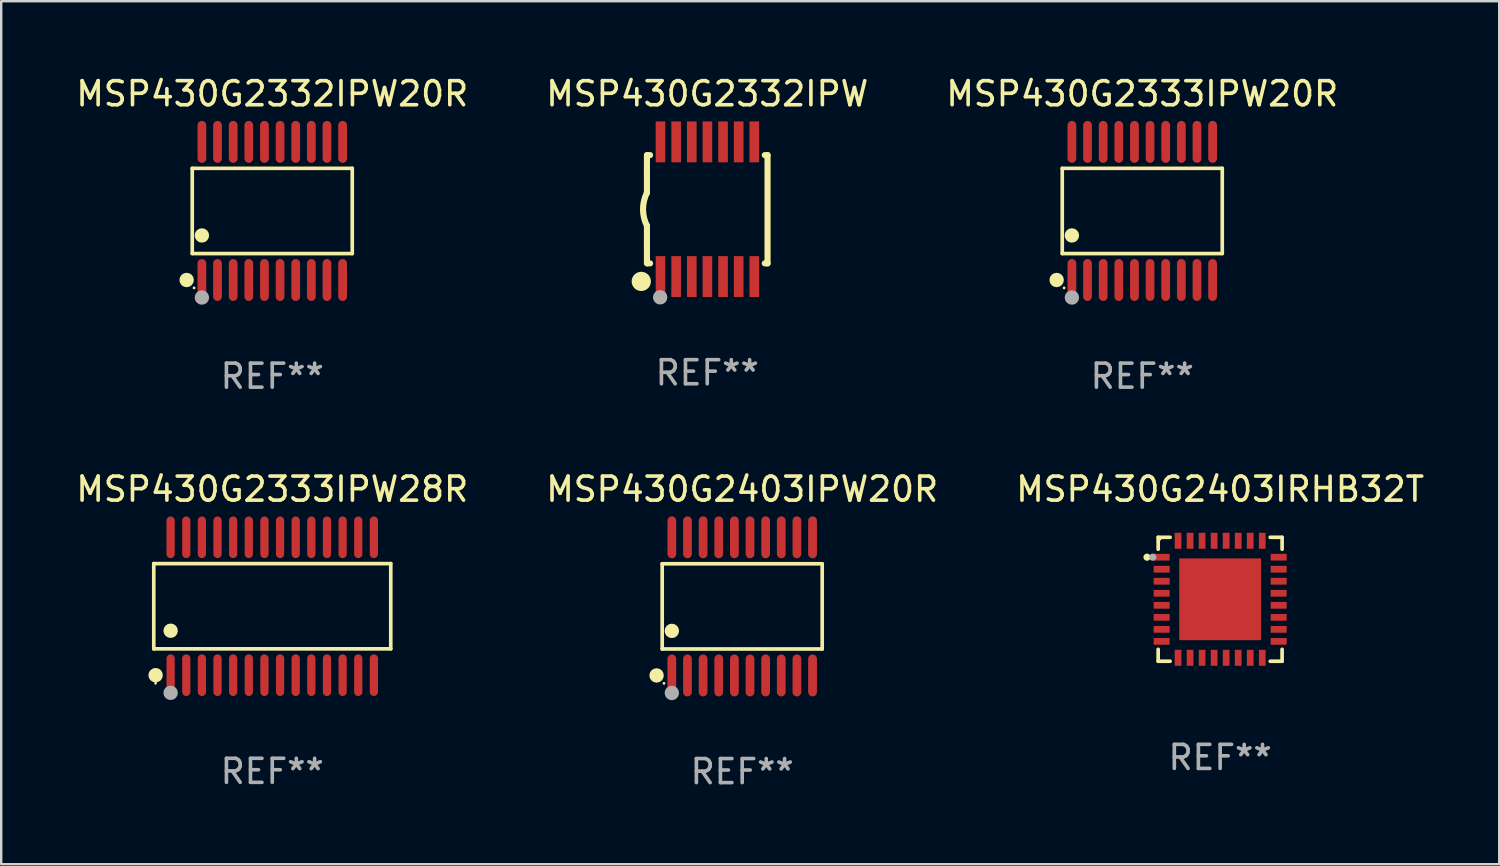
<source format=kicad_pcb>
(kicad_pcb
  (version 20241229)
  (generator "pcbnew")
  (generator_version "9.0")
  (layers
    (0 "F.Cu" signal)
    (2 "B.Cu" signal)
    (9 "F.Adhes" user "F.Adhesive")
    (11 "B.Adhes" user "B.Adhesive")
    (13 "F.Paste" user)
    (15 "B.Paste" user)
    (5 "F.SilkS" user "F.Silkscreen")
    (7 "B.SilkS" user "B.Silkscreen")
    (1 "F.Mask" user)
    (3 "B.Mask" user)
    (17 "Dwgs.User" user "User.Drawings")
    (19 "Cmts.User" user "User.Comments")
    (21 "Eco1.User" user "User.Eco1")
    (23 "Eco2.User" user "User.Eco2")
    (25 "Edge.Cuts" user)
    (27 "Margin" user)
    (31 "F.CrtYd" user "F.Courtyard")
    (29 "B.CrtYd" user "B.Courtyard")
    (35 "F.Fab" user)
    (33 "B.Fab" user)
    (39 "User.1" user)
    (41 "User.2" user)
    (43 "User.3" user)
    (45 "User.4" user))
  (footprint "MSP430G2332IPW20R"
    (layer "F.Cu")
    (at 8.268 5.719)
    (property "Reference" "MSP430G2332IPW20R" (at 0 -4.871 0) (layer "F.SilkS") (effects (font (size 1 1) (thickness 0.15))))
    (attr through_hole)
    (fp_line (start -3.326 -1.771) (end 3.326 -1.771) (stroke (width 0.152) (type solid)) (layer "F.SilkS"))
    (fp_line (start -3.326 1.771) (end -3.326 -1.771) (stroke (width 0.152) (type solid)) (layer "F.SilkS"))
    (fp_line (start 3.326 -1.771) (end 3.326 1.771) (stroke (width 0.152) (type solid)) (layer "F.SilkS"))
    (fp_line (start 3.326 1.771) (end -3.326 1.771) (stroke (width 0.152) (type solid)) (layer "F.SilkS"))
    (fp_circle (center -3.559 2.871) (end -3.409 2.871) (stroke (width 0.3) (type solid)) (fill no) (layer "F.SilkS"))
    (fp_circle (center -3.25 3.2) (end -3.22 3.2) (stroke (width 0.06) (type solid)) (fill no) (layer "F.SilkS"))
    (fp_circle (center -2.925 1.019) (end -2.775 1.019) (stroke (width 0.3) (type solid)) (fill no) (layer "F.SilkS"))
    (fp_circle (center -2.925 3.6) (end -2.775 3.6) (stroke (width 0.3) (type solid)) (fill no) (layer "F.Fab"))
    (fp_text user "REF**" (at 0 6.871 0) (layer "F.Fab") (effects (font (size 1 1) (thickness 0.15))))
    (pad "1" smd oval (at -2.925 2.871) (size 0.364 1.742) (layers "F.Cu" "F.Mask" "F.Paste"))
    (pad "2" smd oval (at -2.275 2.871) (size 0.364 1.742) (layers "F.Cu" "F.Mask" "F.Paste"))
    (pad "3" smd oval (at -1.625 2.871) (size 0.364 1.742) (layers "F.Cu" "F.Mask" "F.Paste"))
    (pad "4" smd oval (at -0.975 2.871) (size 0.364 1.742) (layers "F.Cu" "F.Mask" "F.Paste"))
    (pad "5" smd oval (at -0.325 2.871) (size 0.364 1.742) (layers "F.Cu" "F.Mask" "F.Paste"))
    (pad "6" smd oval (at 0.325 2.871) (size 0.364 1.742) (layers "F.Cu" "F.Mask" "F.Paste"))
    (pad "7" smd oval (at 0.975 2.871) (size 0.364 1.742) (layers "F.Cu" "F.Mask" "F.Paste"))
    (pad "8" smd oval (at 1.625 2.871) (size 0.364 1.742) (layers "F.Cu" "F.Mask" "F.Paste"))
    (pad "9" smd oval (at 2.275 2.871) (size 0.364 1.742) (layers "F.Cu" "F.Mask" "F.Paste"))
    (pad "10" smd oval (at 2.925 2.871) (size 0.364 1.742) (layers "F.Cu" "F.Mask" "F.Paste"))
    (pad "11" smd oval (at 2.925 -2.871) (size 0.364 1.742) (layers "F.Cu" "F.Mask" "F.Paste"))
    (pad "12" smd oval (at 2.275 -2.871) (size 0.364 1.742) (layers "F.Cu" "F.Mask" "F.Paste"))
    (pad "13" smd oval (at 1.625 -2.871) (size 0.364 1.742) (layers "F.Cu" "F.Mask" "F.Paste"))
    (pad "14" smd oval (at 0.975 -2.871) (size 0.364 1.742) (layers "F.Cu" "F.Mask" "F.Paste"))
    (pad "15" smd oval (at 0.325 -2.871) (size 0.364 1.742) (layers "F.Cu" "F.Mask" "F.Paste"))
    (pad "16" smd oval (at -0.325 -2.871) (size 0.364 1.742) (layers "F.Cu" "F.Mask" "F.Paste"))
    (pad "17" smd oval (at -0.975 -2.871) (size 0.364 1.742) (layers "F.Cu" "F.Mask" "F.Paste"))
    (pad "18" smd oval (at -1.625 -2.871) (size 0.364 1.742) (layers "F.Cu" "F.Mask" "F.Paste"))
    (pad "19" smd oval (at -2.275 -2.871) (size 0.364 1.742) (layers "F.Cu" "F.Mask" "F.Paste"))
    (pad "20" smd oval (at -2.925 -2.871) (size 0.364 1.742) (layers "F.Cu" "F.Mask" "F.Paste")))
  (footprint "MSP430G2403IRHB32T"
    (layer "F.Cu")
    (at 47.673 21.863)
    (property "Reference" "MSP430G2403IRHB32T" (at 0 -4.576 0) (layer "F.SilkS") (effects (font (size 1 1) (thickness 0.15))))
    (attr through_hole)
    (fp_line (start -2.576 -2.576) (end -2.576 -2.08) (stroke (width 0.152) (type solid)) (layer "F.SilkS"))
    (fp_line (start -2.576 2.576) (end -2.576 2.08) (stroke (width 0.152) (type solid)) (layer "F.SilkS"))
    (fp_line (start -2.08 -2.576) (end -2.576 -2.576) (stroke (width 0.152) (type solid)) (layer "F.SilkS"))
    (fp_line (start -2.08 2.576) (end -2.576 2.576) (stroke (width 0.152) (type solid)) (layer "F.SilkS"))
    (fp_line (start 2.08 -2.576) (end 2.576 -2.576) (stroke (width 0.152) (type solid)) (layer "F.SilkS"))
    (fp_line (start 2.08 2.576) (end 2.576 2.576) (stroke (width 0.152) (type solid)) (layer "F.SilkS"))
    (fp_line (start 2.576 -2.576) (end 2.576 -2.08) (stroke (width 0.152) (type solid)) (layer "F.SilkS"))
    (fp_line (start 2.576 2.576) (end 2.576 2.08) (stroke (width 0.152) (type solid)) (layer "F.SilkS"))
    (fp_circle (center -3.04 -1.75) (end -2.965 -1.75) (stroke (width 0.15) (type solid)) (fill no) (layer "F.SilkS"))
    (fp_circle (center -2.5 -2.5) (end -2.47 -2.5) (stroke (width 0.06) (type solid)) (fill no) (layer "F.SilkS"))
    (fp_circle (center -2.8 -1.75) (end -2.725 -1.75) (stroke (width 0.15) (type solid)) (fill no) (layer "F.Fab"))
    (fp_text user "REF**" (at 0 6.576 0) (layer "F.Fab") (effects (font (size 1 1) (thickness 0.15))))
    (pad "1" smd rect (at -2.432 -1.75) (size 0.665 0.28) (layers "F.Cu" "F.Mask" "F.Paste"))
    (pad "2" smd rect (at -2.432 -1.25) (size 0.665 0.28) (layers "F.Cu" "F.Mask" "F.Paste"))
    (pad "3" smd rect (at -2.432 -0.75) (size 0.665 0.28) (layers "F.Cu" "F.Mask" "F.Paste"))
    (pad "4" smd rect (at -2.432 -0.25) (size 0.665 0.28) (layers "F.Cu" "F.Mask" "F.Paste"))
    (pad "5" smd rect (at -2.432 0.25) (size 0.665 0.28) (layers "F.Cu" "F.Mask" "F.Paste"))
    (pad "6" smd rect (at -2.432 0.75) (size 0.665 0.28) (layers "F.Cu" "F.Mask" "F.Paste"))
    (pad "7" smd rect (at -2.432 1.25) (size 0.665 0.28) (layers "F.Cu" "F.Mask" "F.Paste"))
    (pad "8" smd rect (at -2.432 1.75) (size 0.665 0.28) (layers "F.Cu" "F.Mask" "F.Paste"))
    (pad "9" smd rect (at -1.75 2.432) (size 0.28 0.665) (layers "F.Cu" "F.Mask" "F.Paste"))
    (pad "10" smd rect (at -1.25 2.432) (size 0.28 0.665) (layers "F.Cu" "F.Mask" "F.Paste"))
    (pad "11" smd rect (at -0.75 2.432) (size 0.28 0.665) (layers "F.Cu" "F.Mask" "F.Paste"))
    (pad "12" smd rect (at -0.25 2.432) (size 0.28 0.665) (layers "F.Cu" "F.Mask" "F.Paste"))
    (pad "13" smd rect (at 0.25 2.432) (size 0.28 0.665) (layers "F.Cu" "F.Mask" "F.Paste"))
    (pad "14" smd rect (at 0.75 2.432) (size 0.28 0.665) (layers "F.Cu" "F.Mask" "F.Paste"))
    (pad "15" smd rect (at 1.25 2.432) (size 0.28 0.665) (layers "F.Cu" "F.Mask" "F.Paste"))
    (pad "16" smd rect (at 1.75 2.432) (size 0.28 0.665) (layers "F.Cu" "F.Mask" "F.Paste"))
    (pad "17" smd rect (at 2.432 1.75) (size 0.665 0.28) (layers "F.Cu" "F.Mask" "F.Paste"))
    (pad "18" smd rect (at 2.432 1.25) (size 0.665 0.28) (layers "F.Cu" "F.Mask" "F.Paste"))
    (pad "19" smd rect (at 2.432 0.75) (size 0.665 0.28) (layers "F.Cu" "F.Mask" "F.Paste"))
    (pad "20" smd rect (at 2.432 0.25) (size 0.665 0.28) (layers "F.Cu" "F.Mask" "F.Paste"))
    (pad "21" smd rect (at 2.432 -0.25) (size 0.665 0.28) (layers "F.Cu" "F.Mask" "F.Paste"))
    (pad "22" smd rect (at 2.432 -0.75) (size 0.665 0.28) (layers "F.Cu" "F.Mask" "F.Paste"))
    (pad "23" smd rect (at 2.432 -1.25) (size 0.665 0.28) (layers "F.Cu" "F.Mask" "F.Paste"))
    (pad "24" smd rect (at 2.432 -1.75) (size 0.665 0.28) (layers "F.Cu" "F.Mask" "F.Paste"))
    (pad "25" smd rect (at 1.75 -2.432) (size 0.28 0.665) (layers "F.Cu" "F.Mask" "F.Paste"))
    (pad "26" smd rect (at 1.25 -2.432) (size 0.28 0.665) (layers "F.Cu" "F.Mask" "F.Paste"))
    (pad "27" smd rect (at 0.75 -2.432) (size 0.28 0.665) (layers "F.Cu" "F.Mask" "F.Paste"))
    (pad "28" smd rect (at 0.25 -2.432) (size 0.28 0.665) (layers "F.Cu" "F.Mask" "F.Paste"))
    (pad "29" smd rect (at -0.25 -2.432) (size 0.28 0.665) (layers "F.Cu" "F.Mask" "F.Paste"))
    (pad "30" smd rect (at -0.75 -2.432) (size 0.28 0.665) (layers "F.Cu" "F.Mask" "F.Paste"))
    (pad "31" smd rect (at -1.25 -2.432) (size 0.28 0.665) (layers "F.Cu" "F.Mask" "F.Paste"))
    (pad "32" smd rect (at -1.75 -2.432) (size 0.28 0.665) (layers "F.Cu" "F.Mask" "F.Paste"))
    (pad "33" smd rect (at 0 0) (size 3.4 3.4) (layers "F.Cu" "F.Mask" "F.Paste")))
  (footprint "MSP430G2333IPW28R"
    (layer "F.Cu")
    (at 8.268 22.152)
    (property "Reference" "MSP430G2333IPW28R" (at 0 -4.866 0) (layer "F.SilkS") (effects (font (size 1 1) (thickness 0.15))))
    (attr through_hole)
    (fp_line (start -4.926 -1.772) (end 4.926 -1.772) (stroke (width 0.152) (type solid)) (layer "F.SilkS"))
    (fp_line (start -4.926 1.771) (end -4.926 -1.772) (stroke (width 0.152) (type solid)) (layer "F.SilkS"))
    (fp_line (start 4.926 -1.772) (end 4.926 1.771) (stroke (width 0.152) (type solid)) (layer "F.SilkS"))
    (fp_line (start 4.926 1.771) (end -4.926 1.771) (stroke (width 0.152) (type solid)) (layer "F.SilkS"))
    (fp_circle (center -4.85 3.2) (end -4.82 3.2) (stroke (width 0.06) (type solid)) (fill no) (layer "F.SilkS"))
    (fp_circle (center -4.849 2.866) (end -4.699 2.866) (stroke (width 0.3) (type solid)) (fill no) (layer "F.SilkS"))
    (fp_circle (center -4.225 1.019) (end -4.075 1.019) (stroke (width 0.3) (type solid)) (fill no) (layer "F.SilkS"))
    (fp_circle (center -4.225 3.6) (end -4.075 3.6) (stroke (width 0.3) (type solid)) (fill no) (layer "F.Fab"))
    (fp_text user "REF**" (at 0 6.866 0) (layer "F.Fab") (effects (font (size 1 1) (thickness 0.15))))
    (pad "1" smd oval (at -4.225 2.866) (size 0.343 1.731) (layers "F.Cu" "F.Mask" "F.Paste"))
    (pad "2" smd oval (at -3.575 2.866) (size 0.343 1.731) (layers "F.Cu" "F.Mask" "F.Paste"))
    (pad "3" smd oval (at -2.925 2.866) (size 0.343 1.731) (layers "F.Cu" "F.Mask" "F.Paste"))
    (pad "4" smd oval (at -2.275 2.866) (size 0.343 1.731) (layers "F.Cu" "F.Mask" "F.Paste"))
    (pad "5" smd oval (at -1.625 2.866) (size 0.343 1.731) (layers "F.Cu" "F.Mask" "F.Paste"))
    (pad "6" smd oval (at -0.975 2.866) (size 0.343 1.731) (layers "F.Cu" "F.Mask" "F.Paste"))
    (pad "7" smd oval (at -0.325 2.866) (size 0.343 1.731) (layers "F.Cu" "F.Mask" "F.Paste"))
    (pad "8" smd oval (at 0.325 2.866) (size 0.343 1.731) (layers "F.Cu" "F.Mask" "F.Paste"))
    (pad "9" smd oval (at 0.975 2.866) (size 0.343 1.731) (layers "F.Cu" "F.Mask" "F.Paste"))
    (pad "10" smd oval (at 1.625 2.866) (size 0.343 1.731) (layers "F.Cu" "F.Mask" "F.Paste"))
    (pad "11" smd oval (at 2.275 2.866) (size 0.343 1.731) (layers "F.Cu" "F.Mask" "F.Paste"))
    (pad "12" smd oval (at 2.925 2.866) (size 0.343 1.731) (layers "F.Cu" "F.Mask" "F.Paste"))
    (pad "13" smd oval (at 3.575 2.866) (size 0.343 1.731) (layers "F.Cu" "F.Mask" "F.Paste"))
    (pad "14" smd oval (at 4.225 2.866) (size 0.343 1.731) (layers "F.Cu" "F.Mask" "F.Paste"))
    (pad "15" smd oval (at 4.225 -2.866) (size 0.343 1.731) (layers "F.Cu" "F.Mask" "F.Paste"))
    (pad "16" smd oval (at 3.575 -2.866) (size 0.343 1.731) (layers "F.Cu" "F.Mask" "F.Paste"))
    (pad "17" smd oval (at 2.925 -2.866) (size 0.343 1.731) (layers "F.Cu" "F.Mask" "F.Paste"))
    (pad "18" smd oval (at 2.275 -2.866) (size 0.343 1.731) (layers "F.Cu" "F.Mask" "F.Paste"))
    (pad "19" smd oval (at 1.625 -2.866) (size 0.343 1.731) (layers "F.Cu" "F.Mask" "F.Paste"))
    (pad "20" smd oval (at 0.975 -2.866) (size 0.343 1.731) (layers "F.Cu" "F.Mask" "F.Paste"))
    (pad "21" smd oval (at 0.325 -2.866) (size 0.343 1.731) (layers "F.Cu" "F.Mask" "F.Paste"))
    (pad "22" smd oval (at -0.325 -2.866) (size 0.343 1.731) (layers "F.Cu" "F.Mask" "F.Paste"))
    (pad "23" smd oval (at -0.975 -2.866) (size 0.343 1.731) (layers "F.Cu" "F.Mask" "F.Paste"))
    (pad "24" smd oval (at -1.625 -2.866) (size 0.343 1.731) (layers "F.Cu" "F.Mask" "F.Paste"))
    (pad "25" smd oval (at -2.275 -2.866) (size 0.343 1.731) (layers "F.Cu" "F.Mask" "F.Paste"))
    (pad "26" smd oval (at -2.925 -2.866) (size 0.343 1.731) (layers "F.Cu" "F.Mask" "F.Paste"))
    (pad "27" smd oval (at -3.575 -2.866) (size 0.343 1.731) (layers "F.Cu" "F.Mask" "F.Paste"))
    (pad "28" smd oval (at -4.225 -2.866) (size 0.343 1.731) (layers "F.Cu" "F.Mask" "F.Paste")))
  (footprint "MSP430G2333IPW20R"
    (layer "F.Cu")
    (at 44.435 5.719)
    (property "Reference" "MSP430G2333IPW20R" (at 0 -4.871 0) (layer "F.SilkS") (effects (font (size 1 1) (thickness 0.15))))
    (attr through_hole)
    (fp_line (start -3.326 -1.771) (end 3.326 -1.771) (stroke (width 0.152) (type solid)) (layer "F.SilkS"))
    (fp_line (start -3.326 1.771) (end -3.326 -1.771) (stroke (width 0.152) (type solid)) (layer "F.SilkS"))
    (fp_line (start 3.326 -1.771) (end 3.326 1.771) (stroke (width 0.152) (type solid)) (layer "F.SilkS"))
    (fp_line (start 3.326 1.771) (end -3.326 1.771) (stroke (width 0.152) (type solid)) (layer "F.SilkS"))
    (fp_circle (center -3.559 2.871) (end -3.409 2.871) (stroke (width 0.3) (type solid)) (fill no) (layer "F.SilkS"))
    (fp_circle (center -3.25 3.2) (end -3.22 3.2) (stroke (width 0.06) (type solid)) (fill no) (layer "F.SilkS"))
    (fp_circle (center -2.925 1.019) (end -2.775 1.019) (stroke (width 0.3) (type solid)) (fill no) (layer "F.SilkS"))
    (fp_circle (center -2.925 3.6) (end -2.775 3.6) (stroke (width 0.3) (type solid)) (fill no) (layer "F.Fab"))
    (fp_text user "REF**" (at 0 6.871 0) (layer "F.Fab") (effects (font (size 1 1) (thickness 0.15))))
    (pad "1" smd oval (at -2.925 2.871) (size 0.364 1.742) (layers "F.Cu" "F.Mask" "F.Paste"))
    (pad "2" smd oval (at -2.275 2.871) (size 0.364 1.742) (layers "F.Cu" "F.Mask" "F.Paste"))
    (pad "3" smd oval (at -1.625 2.871) (size 0.364 1.742) (layers "F.Cu" "F.Mask" "F.Paste"))
    (pad "4" smd oval (at -0.975 2.871) (size 0.364 1.742) (layers "F.Cu" "F.Mask" "F.Paste"))
    (pad "5" smd oval (at -0.325 2.871) (size 0.364 1.742) (layers "F.Cu" "F.Mask" "F.Paste"))
    (pad "6" smd oval (at 0.325 2.871) (size 0.364 1.742) (layers "F.Cu" "F.Mask" "F.Paste"))
    (pad "7" smd oval (at 0.975 2.871) (size 0.364 1.742) (layers "F.Cu" "F.Mask" "F.Paste"))
    (pad "8" smd oval (at 1.625 2.871) (size 0.364 1.742) (layers "F.Cu" "F.Mask" "F.Paste"))
    (pad "9" smd oval (at 2.275 2.871) (size 0.364 1.742) (layers "F.Cu" "F.Mask" "F.Paste"))
    (pad "10" smd oval (at 2.925 2.871) (size 0.364 1.742) (layers "F.Cu" "F.Mask" "F.Paste"))
    (pad "11" smd oval (at 2.925 -2.871) (size 0.364 1.742) (layers "F.Cu" "F.Mask" "F.Paste"))
    (pad "12" smd oval (at 2.275 -2.871) (size 0.364 1.742) (layers "F.Cu" "F.Mask" "F.Paste"))
    (pad "13" smd oval (at 1.625 -2.871) (size 0.364 1.742) (layers "F.Cu" "F.Mask" "F.Paste"))
    (pad "14" smd oval (at 0.975 -2.871) (size 0.364 1.742) (layers "F.Cu" "F.Mask" "F.Paste"))
    (pad "15" smd oval (at 0.325 -2.871) (size 0.364 1.742) (layers "F.Cu" "F.Mask" "F.Paste"))
    (pad "16" smd oval (at -0.325 -2.871) (size 0.364 1.742) (layers "F.Cu" "F.Mask" "F.Paste"))
    (pad "17" smd oval (at -0.975 -2.871) (size 0.364 1.742) (layers "F.Cu" "F.Mask" "F.Paste"))
    (pad "18" smd oval (at -1.625 -2.871) (size 0.364 1.742) (layers "F.Cu" "F.Mask" "F.Paste"))
    (pad "19" smd oval (at -2.275 -2.871) (size 0.364 1.742) (layers "F.Cu" "F.Mask" "F.Paste"))
    (pad "20" smd oval (at -2.925 -2.871) (size 0.364 1.742) (layers "F.Cu" "F.Mask" "F.Paste")))
  (footprint "MSP430G2332IPW"
    (layer "F.Cu")
    (at 26.351 5.648)
    (property "Reference" "MSP430G2332IPW" (at 0 -4.8 0) (layer "F.SilkS") (effects (font (size 1 1) (thickness 0.15))))
    (attr through_hole)
    (fp_line (start -2.507 -1.6) (end -2.507 -2.25) (stroke (width 0.254) (type solid)) (layer "F.SilkS"))
    (fp_line (start -2.507 -0.686) (end -2.507 -1.6) (stroke (width 0.254) (type solid)) (layer "F.SilkS"))
    (fp_line (start -2.507 1.6) (end -2.507 0.686) (stroke (width 0.254) (type solid)) (layer "F.SilkS"))
    (fp_line (start -2.507 1.6) (end -2.507 2.25) (stroke (width 0.254) (type solid)) (layer "F.SilkS"))
    (fp_line (start -2.493 -2.25) (end -2.377 -2.25) (stroke (width 0.254) (type solid)) (layer "F.SilkS"))
    (fp_line (start -2.377 2.25) (end -2.493 2.25) (stroke (width 0.254) (type solid)) (layer "F.SilkS"))
    (fp_line (start 2.392 -2.25) (end 2.507 -2.25) (stroke (width 0.254) (type solid)) (layer "F.SilkS"))
    (fp_line (start 2.507 -2.25) (end 2.507 2.25) (stroke (width 0.254) (type solid)) (layer "F.SilkS"))
    (fp_line (start 2.507 2.25) (end 2.392 2.25) (stroke (width 0.254) (type solid)) (layer "F.SilkS"))
    (fp_arc (start -2.507303 0.685802) (mid -2.669199 0) (end -2.507303 -0.685801) (stroke (width 0.254001) (type solid)) (layer "F.SilkS"))
    (fp_circle (center -2.743 3) (end -2.543 3) (stroke (width 0.4) (type solid)) (fill no) (layer "F.SilkS"))
    (fp_circle (center -2.493 3.2) (end -2.463 3.2) (stroke (width 0.06) (type solid)) (fill no) (layer "F.SilkS"))
    (fp_circle (center -1.957 3.662) (end -1.807 3.662) (stroke (width 0.3) (type solid)) (fill no) (layer "F.Fab"))
    (fp_text user "REF**" (at 0 6.8 0) (layer "F.Fab") (effects (font (size 1 1) (thickness 0.15))))
    (pad "1" smd rect (at -1.943 2.8) (size 0.4 1.7) (layers "F.Cu" "F.Mask" "F.Paste"))
    (pad "2" smd rect (at -1.293 2.8) (size 0.4 1.7) (layers "F.Cu" "F.Mask" "F.Paste"))
    (pad "3" smd rect (at -0.643 2.8) (size 0.4 1.7) (layers "F.Cu" "F.Mask" "F.Paste"))
    (pad "4" smd rect (at 0.007 2.8) (size 0.4 1.7) (layers "F.Cu" "F.Mask" "F.Paste"))
    (pad "5" smd rect (at 0.657 2.8) (size 0.4 1.7) (layers "F.Cu" "F.Mask" "F.Paste"))
    (pad "6" smd rect (at 1.307 2.8) (size 0.4 1.7) (layers "F.Cu" "F.Mask" "F.Paste"))
    (pad "7" smd rect (at 1.957 2.8) (size 0.4 1.7) (layers "F.Cu" "F.Mask" "F.Paste"))
    (pad "8" smd rect (at 1.957 -2.8) (size 0.4 1.7) (layers "F.Cu" "F.Mask" "F.Paste"))
    (pad "9" smd rect (at 1.307 -2.8) (size 0.4 1.7) (layers "F.Cu" "F.Mask" "F.Paste"))
    (pad "10" smd rect (at 0.657 -2.8) (size 0.4 1.7) (layers "F.Cu" "F.Mask" "F.Paste"))
    (pad "11" smd rect (at 0.007 -2.8) (size 0.4 1.7) (layers "F.Cu" "F.Mask" "F.Paste"))
    (pad "12" smd rect (at -0.643 -2.8) (size 0.4 1.7) (layers "F.Cu" "F.Mask" "F.Paste"))
    (pad "13" smd rect (at -1.293 -2.8) (size 0.4 1.7) (layers "F.Cu" "F.Mask" "F.Paste"))
    (pad "14" smd rect (at -1.943 -2.8) (size 0.4 1.7) (layers "F.Cu" "F.Mask" "F.Paste")))
  (footprint "MSP430G2403IPW20R"
    (layer "F.Cu")
    (at 27.804 22.158)
    (property "Reference" "MSP430G2403IPW20R" (at 0 -4.871 0) (layer "F.SilkS") (effects (font (size 1 1) (thickness 0.15))))
    (attr through_hole)
    (fp_line (start -3.326 -1.771) (end 3.326 -1.771) (stroke (width 0.152) (type solid)) (layer "F.SilkS"))
    (fp_line (start -3.326 1.771) (end -3.326 -1.771) (stroke (width 0.152) (type solid)) (layer "F.SilkS"))
    (fp_line (start 3.326 -1.771) (end 3.326 1.771) (stroke (width 0.152) (type solid)) (layer "F.SilkS"))
    (fp_line (start 3.326 1.771) (end -3.326 1.771) (stroke (width 0.152) (type solid)) (layer "F.SilkS"))
    (fp_circle (center -3.559 2.871) (end -3.409 2.871) (stroke (width 0.3) (type solid)) (fill no) (layer "F.SilkS"))
    (fp_circle (center -3.25 3.2) (end -3.22 3.2) (stroke (width 0.06) (type solid)) (fill no) (layer "F.SilkS"))
    (fp_circle (center -2.925 1.019) (end -2.775 1.019) (stroke (width 0.3) (type solid)) (fill no) (layer "F.SilkS"))
    (fp_circle (center -2.925 3.6) (end -2.775 3.6) (stroke (width 0.3) (type solid)) (fill no) (layer "F.Fab"))
    (fp_text user "REF**" (at 0 6.871 0) (layer "F.Fab") (effects (font (size 1 1) (thickness 0.15))))
    (pad "1" smd oval (at -2.925 2.871) (size 0.364 1.742) (layers "F.Cu" "F.Mask" "F.Paste"))
    (pad "2" smd oval (at -2.275 2.871) (size 0.364 1.742) (layers "F.Cu" "F.Mask" "F.Paste"))
    (pad "3" smd oval (at -1.625 2.871) (size 0.364 1.742) (layers "F.Cu" "F.Mask" "F.Paste"))
    (pad "4" smd oval (at -0.975 2.871) (size 0.364 1.742) (layers "F.Cu" "F.Mask" "F.Paste"))
    (pad "5" smd oval (at -0.325 2.871) (size 0.364 1.742) (layers "F.Cu" "F.Mask" "F.Paste"))
    (pad "6" smd oval (at 0.325 2.871) (size 0.364 1.742) (layers "F.Cu" "F.Mask" "F.Paste"))
    (pad "7" smd oval (at 0.975 2.871) (size 0.364 1.742) (layers "F.Cu" "F.Mask" "F.Paste"))
    (pad "8" smd oval (at 1.625 2.871) (size 0.364 1.742) (layers "F.Cu" "F.Mask" "F.Paste"))
    (pad "9" smd oval (at 2.275 2.871) (size 0.364 1.742) (layers "F.Cu" "F.Mask" "F.Paste"))
    (pad "10" smd oval (at 2.925 2.871) (size 0.364 1.742) (layers "F.Cu" "F.Mask" "F.Paste"))
    (pad "11" smd oval (at 2.925 -2.871) (size 0.364 1.742) (layers "F.Cu" "F.Mask" "F.Paste"))
    (pad "12" smd oval (at 2.275 -2.871) (size 0.364 1.742) (layers "F.Cu" "F.Mask" "F.Paste"))
    (pad "13" smd oval (at 1.625 -2.871) (size 0.364 1.742) (layers "F.Cu" "F.Mask" "F.Paste"))
    (pad "14" smd oval (at 0.975 -2.871) (size 0.364 1.742) (layers "F.Cu" "F.Mask" "F.Paste"))
    (pad "15" smd oval (at 0.325 -2.871) (size 0.364 1.742) (layers "F.Cu" "F.Mask" "F.Paste"))
    (pad "16" smd oval (at -0.325 -2.871) (size 0.364 1.742) (layers "F.Cu" "F.Mask" "F.Paste"))
    (pad "17" smd oval (at -0.975 -2.871) (size 0.364 1.742) (layers "F.Cu" "F.Mask" "F.Paste"))
    (pad "18" smd oval (at -1.625 -2.871) (size 0.364 1.742) (layers "F.Cu" "F.Mask" "F.Paste"))
    (pad "19" smd oval (at -2.275 -2.871) (size 0.364 1.742) (layers "F.Cu" "F.Mask" "F.Paste"))
    (pad "20" smd oval (at -2.925 -2.871) (size 0.364 1.742) (layers "F.Cu" "F.Mask" "F.Paste")))
  (gr_rect
    (start -3 -3)
    (end 59.274 32.877)
    (stroke (width 0.1) (type default))
    (fill no)
    (layer "Edge.Cuts")))
</source>
